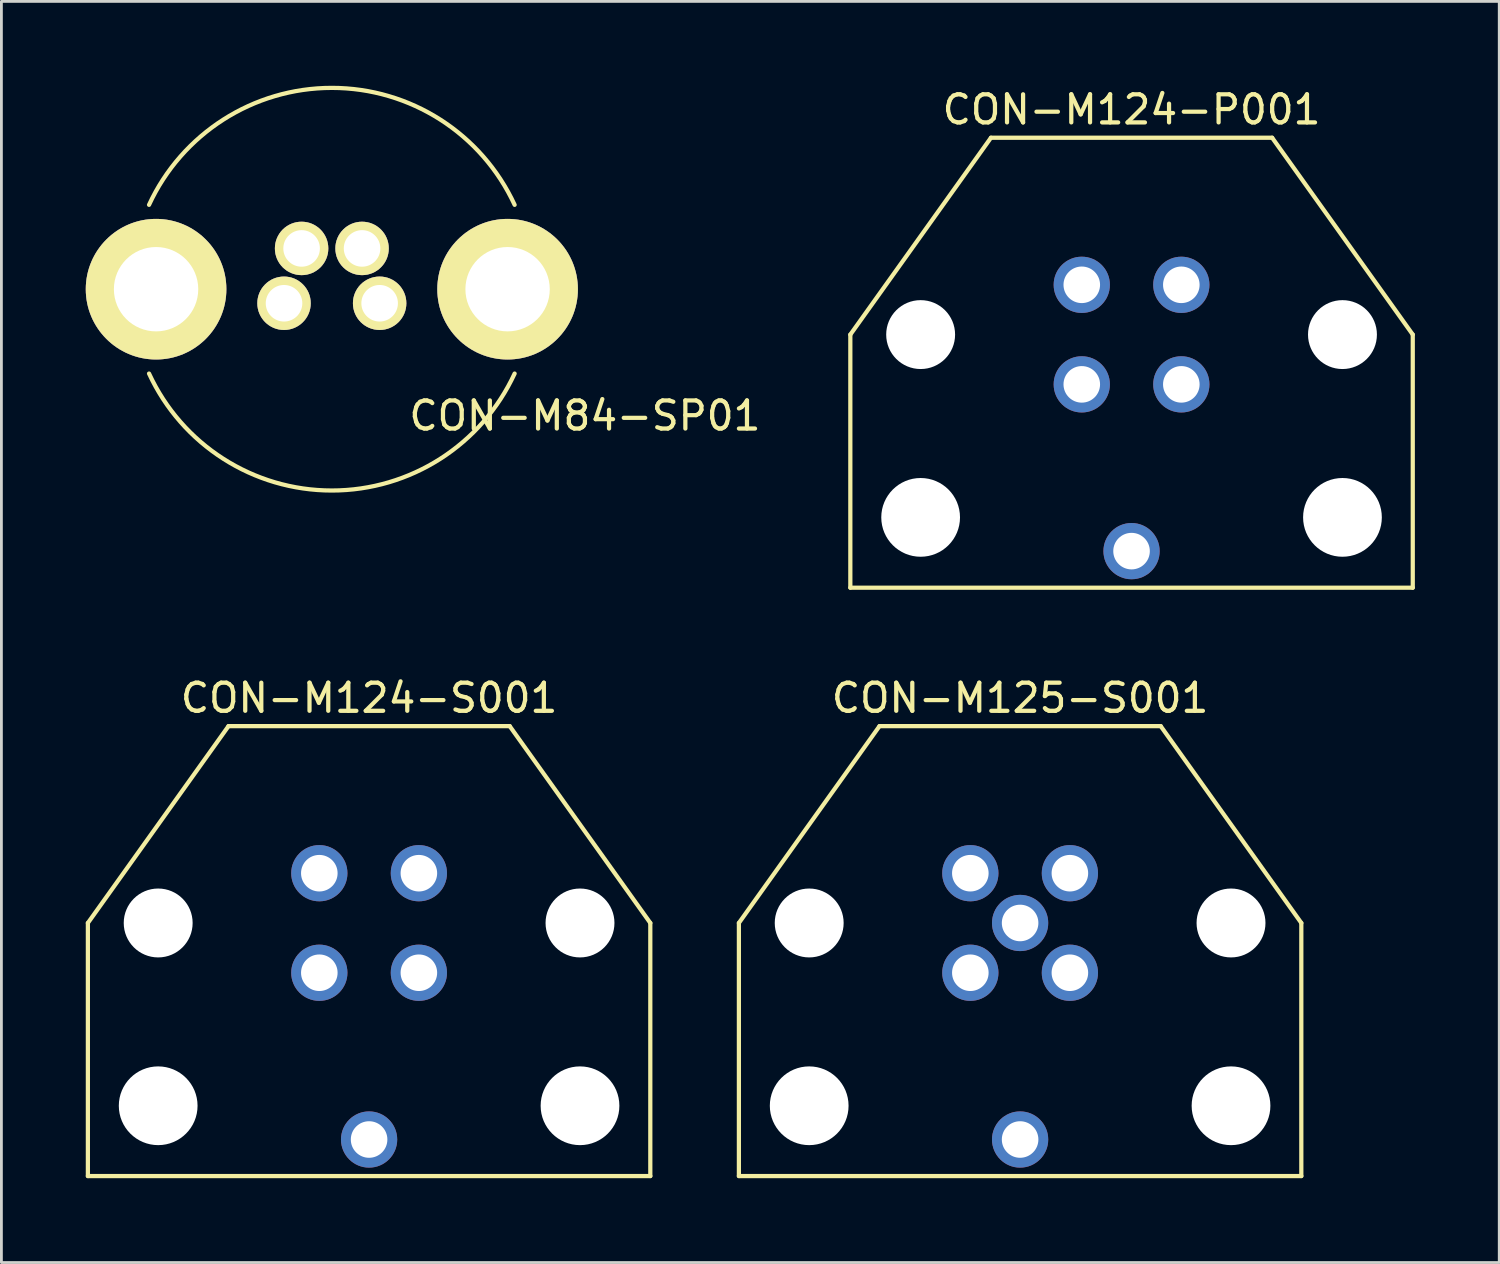
<source format=kicad_pcb>
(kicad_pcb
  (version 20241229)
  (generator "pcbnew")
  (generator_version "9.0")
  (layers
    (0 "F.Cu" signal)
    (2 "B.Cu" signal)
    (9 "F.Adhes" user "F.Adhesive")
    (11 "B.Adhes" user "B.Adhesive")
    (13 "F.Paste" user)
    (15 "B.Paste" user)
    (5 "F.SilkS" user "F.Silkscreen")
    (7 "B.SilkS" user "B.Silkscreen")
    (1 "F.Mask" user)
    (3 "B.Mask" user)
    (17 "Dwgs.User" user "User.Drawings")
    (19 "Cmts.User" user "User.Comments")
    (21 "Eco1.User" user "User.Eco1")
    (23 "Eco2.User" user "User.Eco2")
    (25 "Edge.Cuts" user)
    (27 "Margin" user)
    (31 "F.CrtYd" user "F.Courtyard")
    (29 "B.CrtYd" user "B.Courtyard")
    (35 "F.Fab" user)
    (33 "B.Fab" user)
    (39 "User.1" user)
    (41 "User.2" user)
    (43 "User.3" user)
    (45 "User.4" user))
  (footprint "CON-M124-S001"
    (layer "F.Cu")
    (at 10.075 29.771)
    (property "Reference" "CON-M124-S001" (at 0 -8 0) (layer "F.SilkS") (effects (font (size 1 1) (thickness 0.15))))
    (attr through_hole)
    (fp_line (start -10 0) (end -10 9) (stroke (width 0.15) (type solid)) (layer "F.SilkS"))
    (fp_line (start -10 9) (end 10 9) (stroke (width 0.15) (type solid)) (layer "F.SilkS"))
    (fp_line (start -5 -7) (end -10 0) (stroke (width 0.15) (type solid)) (layer "F.SilkS"))
    (fp_line (start -5 -7) (end 5 -7) (stroke (width 0.15) (type solid)) (layer "F.SilkS"))
    (fp_line (start 5 -7) (end 10 0) (stroke (width 0.15) (type solid)) (layer "F.SilkS"))
    (fp_line (start 10 9) (end 10 0) (stroke (width 0.15) (type solid)) (layer "F.SilkS"))
    (pad "" np_thru_hole circle (at -7.5 0) (size 2.45 2.45) (drill 2.45) (layers "*.Cu" "*.Mask"))
    (pad "" np_thru_hole circle (at -7.5 6.5) (size 2.8 2.8) (drill 2.8) (layers "*.Cu" "*.Mask"))
    (pad "" np_thru_hole circle (at 7.5 0) (size 2.45 2.45) (drill 2.45) (layers "*.Cu" "*.Mask"))
    (pad "" np_thru_hole circle (at 7.5 6.5) (size 2.8 2.8) (drill 2.8) (layers "*.Cu" "*.Mask"))
    (pad "1" thru_hole circle (at -1.77 -1.77) (size 2 2) (drill 1.3) (layers "*.Cu" "*.Mask"))
    (pad "2" thru_hole circle (at 1.77 -1.77) (size 2 2) (drill 1.3) (layers "*.Cu" "*.Mask"))
    (pad "3" thru_hole circle (at 1.77 1.77) (size 2 2) (drill 1.3) (layers "*.Cu" "*.Mask"))
    (pad "4" thru_hole circle (at -1.77 1.77) (size 2 2) (drill 1.3) (layers "*.Cu" "*.Mask"))
    (pad "~" thru_hole circle (at 0 7.7) (size 2 2) (drill 1.3) (layers "*.Cu" "*.Mask")))
  (footprint "CON-M125-S001"
    (layer "F.Cu")
    (at 33.225 29.771)
    (property "Reference" "CON-M125-S001" (at 0 -8 0) (layer "F.SilkS") (effects (font (size 1 1) (thickness 0.15))))
    (attr through_hole)
    (fp_line (start -10 0) (end -10 9) (stroke (width 0.15) (type solid)) (layer "F.SilkS"))
    (fp_line (start -10 9) (end 10 9) (stroke (width 0.15) (type solid)) (layer "F.SilkS"))
    (fp_line (start -5 -7) (end -10 0) (stroke (width 0.15) (type solid)) (layer "F.SilkS"))
    (fp_line (start -5 -7) (end 5 -7) (stroke (width 0.15) (type solid)) (layer "F.SilkS"))
    (fp_line (start 5 -7) (end 10 0) (stroke (width 0.15) (type solid)) (layer "F.SilkS"))
    (fp_line (start 10 9) (end 10 0) (stroke (width 0.15) (type solid)) (layer "F.SilkS"))
    (pad "" np_thru_hole circle (at -7.5 0) (size 2.45 2.45) (drill 2.45) (layers "*.Cu" "*.Mask"))
    (pad "" np_thru_hole circle (at -7.5 6.5) (size 2.8 2.8) (drill 2.8) (layers "*.Cu" "*.Mask"))
    (pad "" np_thru_hole circle (at 7.5 0) (size 2.45 2.45) (drill 2.45) (layers "*.Cu" "*.Mask"))
    (pad "" np_thru_hole circle (at 7.5 6.5) (size 2.8 2.8) (drill 2.8) (layers "*.Cu" "*.Mask"))
    (pad "1" thru_hole circle (at -1.77 -1.77) (size 2 2) (drill 1.3) (layers "*.Cu" "*.Mask"))
    (pad "2" thru_hole circle (at 1.77 -1.77) (size 2 2) (drill 1.3) (layers "*.Cu" "*.Mask"))
    (pad "3" thru_hole circle (at 1.77 1.77) (size 2 2) (drill 1.3) (layers "*.Cu" "*.Mask"))
    (pad "4" thru_hole circle (at -1.77 1.77) (size 2 2) (drill 1.3) (layers "*.Cu" "*.Mask"))
    (pad "5" thru_hole circle (at 0 0) (size 2 2) (drill 1.3) (layers "*.Cu" "*.Mask"))
    (pad "~" thru_hole circle (at 0 7.7) (size 2 2) (drill 1.3) (layers "*.Cu" "*.Mask")))
  (footprint "CON-M124-P001"
    (layer "F.Cu")
    (at 37.188 8.848)
    (property "Reference" "CON-M124-P001" (at 0 -8 0) (layer "F.SilkS") (effects (font (size 1 1) (thickness 0.15))))
    (attr through_hole)
    (fp_line (start -10 0) (end -10 9) (stroke (width 0.15) (type solid)) (layer "F.SilkS"))
    (fp_line (start -10 9) (end 10 9) (stroke (width 0.15) (type solid)) (layer "F.SilkS"))
    (fp_line (start -5 -7) (end -10 0) (stroke (width 0.15) (type solid)) (layer "F.SilkS"))
    (fp_line (start -5 -7) (end 5 -7) (stroke (width 0.15) (type solid)) (layer "F.SilkS"))
    (fp_line (start 5 -7) (end 10 0) (stroke (width 0.15) (type solid)) (layer "F.SilkS"))
    (fp_line (start 10 9) (end 10 0) (stroke (width 0.15) (type solid)) (layer "F.SilkS"))
    (pad "" np_thru_hole circle (at -7.5 0) (size 2.45 2.45) (drill 2.45) (layers "*.Cu" "*.Mask"))
    (pad "" np_thru_hole circle (at -7.5 6.5) (size 2.8 2.8) (drill 2.8) (layers "*.Cu" "*.Mask"))
    (pad "" np_thru_hole circle (at 7.5 0) (size 2.45 2.45) (drill 2.45) (layers "*.Cu" "*.Mask"))
    (pad "" np_thru_hole circle (at 7.5 6.5) (size 2.8 2.8) (drill 2.8) (layers "*.Cu" "*.Mask"))
    (pad "1" thru_hole circle (at 1.77 -1.77) (size 2 2) (drill 1.3) (layers "*.Cu" "*.Mask"))
    (pad "2" thru_hole circle (at -1.77 -1.77) (size 2 2) (drill 1.3) (layers "*.Cu" "*.Mask"))
    (pad "3" thru_hole circle (at -1.77 1.77) (size 2 2) (drill 1.3) (layers "*.Cu" "*.Mask"))
    (pad "4" thru_hole circle (at 1.77 1.77) (size 2 2) (drill 1.3) (layers "*.Cu" "*.Mask"))
    (pad "~" thru_hole circle (at 0 7.7) (size 2 2) (drill 1.3) (layers "*.Cu" "*.Mask")))
  (footprint "CON-M84-SP01"
    (layer "F.Cu")
    (at 8.75 7.234)
    (property "Reference" "CON-M84-SP01" (at 9 4.5 0) (layer "F.SilkS") (effects (font (size 1 1) (thickness 0.15))))
    (attr through_hole)
    (fp_arc (start -6.5 -3) (mid 0 -7.158911) (end 6.5 -3) (stroke (width 0.15) (type solid)) (layer "F.SilkS"))
    (fp_arc (start 6.5 3) (mid 0 7.158911) (end -6.5 3) (stroke (width 0.15) (type solid)) (layer "F.SilkS"))
    (pad "1" thru_hole circle (at 1.7 0.5) (size 1.9 1.9) (drill 1.3) (layers "*.Cu" "*.Mask" "F.SilkS"))
    (pad "2" thru_hole circle (at 1.075 -1.45) (size 1.9 1.9) (drill 1.3) (layers "*.Cu" "*.Mask" "F.SilkS"))
    (pad "3" thru_hole circle (at -1.7 0.5) (size 1.9 1.9) (drill 1.3) (layers "*.Cu" "*.Mask" "F.SilkS"))
    (pad "4" thru_hole circle (at -1.075 -1.45) (size 1.9 1.9) (drill 1.3) (layers "*.Cu" "*.Mask" "F.SilkS"))
    (pad "5" thru_hole circle (at -6.25 0) (size 5 5) (drill 3) (layers "*.Cu" "*.Mask" "F.SilkS"))
    (pad "5" thru_hole circle (at 6.25 0) (size 5 5) (drill 3) (layers "*.Cu" "*.Mask" "F.SilkS")))
  (gr_rect
    (start -3 -3)
    (end 50.263 41.846)
    (stroke (width 0.1) (type default))
    (fill no)
    (layer "Edge.Cuts")))
</source>
